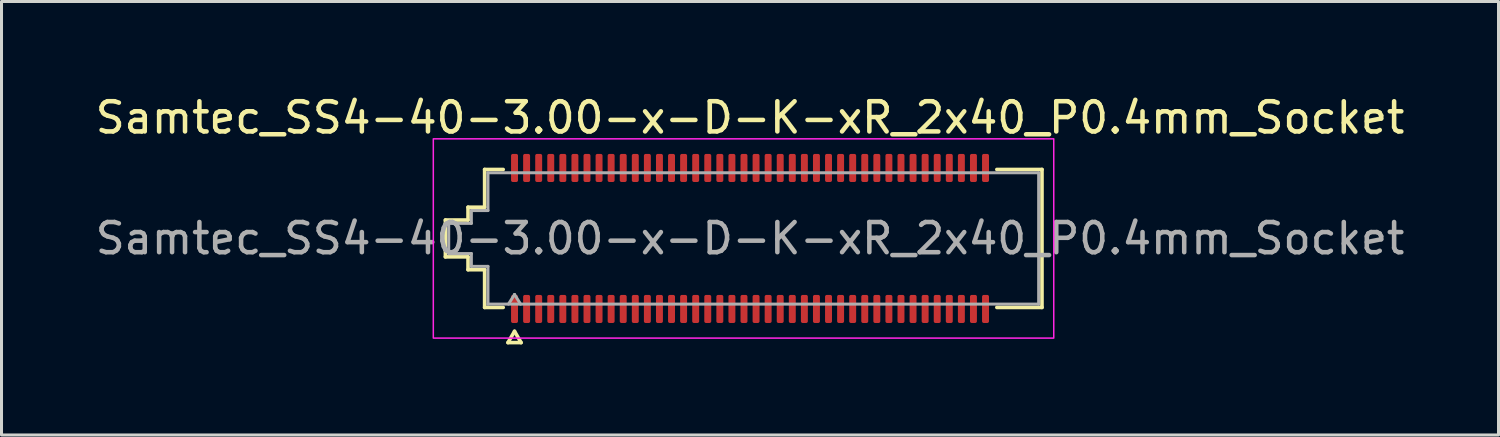
<source format=kicad_pcb>
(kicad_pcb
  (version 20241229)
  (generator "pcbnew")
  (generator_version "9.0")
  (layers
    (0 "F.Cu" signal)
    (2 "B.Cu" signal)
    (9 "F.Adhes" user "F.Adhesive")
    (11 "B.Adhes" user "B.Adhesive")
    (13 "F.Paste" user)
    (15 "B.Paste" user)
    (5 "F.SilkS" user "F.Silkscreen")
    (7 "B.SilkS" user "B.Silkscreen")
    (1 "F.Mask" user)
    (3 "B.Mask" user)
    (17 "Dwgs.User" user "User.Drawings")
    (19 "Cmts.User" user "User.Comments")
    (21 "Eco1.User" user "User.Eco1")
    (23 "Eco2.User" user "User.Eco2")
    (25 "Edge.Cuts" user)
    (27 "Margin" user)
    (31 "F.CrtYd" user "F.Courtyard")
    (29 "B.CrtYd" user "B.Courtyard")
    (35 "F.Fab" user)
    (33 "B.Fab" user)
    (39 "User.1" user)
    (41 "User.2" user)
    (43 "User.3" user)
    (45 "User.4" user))
  (footprint "Samtec_SS4-40-3.00-x-D-K-xR_2x40_P0.4mm_Socket"
    (layer "F.Cu")
    (at 21.792 4.848)
    (property "Reference" "Samtec_SS4-40-3.00-x-D-K-xR_2x40_P0.4mm_Socket" (at 0 -4 0) (layer "F.SilkS") (effects (font (size 1 1) (thickness 0.15))))
    (attr smd)
    (fp_line (start -10.09 -0.61) (end -9.34 -0.61) (stroke (width 0.12) (type solid)) (layer "F.SilkS"))
    (fp_line (start -10.09 0.61) (end -10.09 -0.61) (stroke (width 0.12) (type solid)) (layer "F.SilkS"))
    (fp_line (start -9.34 -1.035) (end -8.79 -1.035) (stroke (width 0.12) (type solid)) (layer "F.SilkS"))
    (fp_line (start -9.34 -0.61) (end -9.34 -1.035) (stroke (width 0.12) (type solid)) (layer "F.SilkS"))
    (fp_line (start -9.34 0.61) (end -10.09 0.61) (stroke (width 0.12) (type solid)) (layer "F.SilkS"))
    (fp_line (start -9.34 1.035) (end -9.34 0.61) (stroke (width 0.12) (type solid)) (layer "F.SilkS"))
    (fp_line (start -8.79 -2.285) (end -8.175 -2.285) (stroke (width 0.12) (type solid)) (layer "F.SilkS"))
    (fp_line (start -8.79 -1.035) (end -8.79 -2.285) (stroke (width 0.12) (type solid)) (layer "F.SilkS"))
    (fp_line (start -8.79 1.035) (end -9.34 1.035) (stroke (width 0.12) (type solid)) (layer "F.SilkS"))
    (fp_line (start -8.79 2.285) (end -8.79 1.035) (stroke (width 0.12) (type solid)) (layer "F.SilkS"))
    (fp_line (start -8.175 2.285) (end -8.79 2.285) (stroke (width 0.12) (type solid)) (layer "F.SilkS"))
    (fp_line (start -8.017 3.45) (end -7.8 3.075) (stroke (width 0.12) (type solid)) (layer "F.SilkS"))
    (fp_line (start -7.8 3.075) (end -7.583 3.45) (stroke (width 0.12) (type solid)) (layer "F.SilkS"))
    (fp_line (start -7.583 3.45) (end -8.017 3.45) (stroke (width 0.12) (type solid)) (layer "F.SilkS"))
    (fp_line (start 8.175 -2.285) (end 9.67 -2.285) (stroke (width 0.12) (type solid)) (layer "F.SilkS"))
    (fp_line (start 9.67 -2.285) (end 9.67 2.285) (stroke (width 0.12) (type solid)) (layer "F.SilkS"))
    (fp_line (start 9.67 2.285) (end 8.175 2.285) (stroke (width 0.12) (type solid)) (layer "F.SilkS"))
    (fp_rect (start -10.49 -3.3) (end 10.06 3.3) (stroke (width 0.05) (type solid)) (fill no) (layer "F.CrtYd"))
    (fp_line (start -9.98 -0.5) (end -9.23 -0.5) (stroke (width 0.1) (type solid)) (layer "F.Fab"))
    (fp_line (start -9.98 0.5) (end -9.98 -0.5) (stroke (width 0.1) (type solid)) (layer "F.Fab"))
    (fp_line (start -9.23 -0.925) (end -8.68 -0.925) (stroke (width 0.1) (type solid)) (layer "F.Fab"))
    (fp_line (start -9.23 -0.5) (end -9.23 -0.925) (stroke (width 0.1) (type solid)) (layer "F.Fab"))
    (fp_line (start -9.23 0.5) (end -9.98 0.5) (stroke (width 0.1) (type solid)) (layer "F.Fab"))
    (fp_line (start -9.23 0.925) (end -9.23 0.5) (stroke (width 0.1) (type solid)) (layer "F.Fab"))
    (fp_line (start -8.68 -2.175) (end 9.56 -2.175) (stroke (width 0.1) (type solid)) (layer "F.Fab"))
    (fp_line (start -8.68 -0.925) (end -8.68 -2.175) (stroke (width 0.1) (type solid)) (layer "F.Fab"))
    (fp_line (start -8.68 0.925) (end -9.23 0.925) (stroke (width 0.1) (type solid)) (layer "F.Fab"))
    (fp_line (start -8.68 2.175) (end -8.68 0.925) (stroke (width 0.1) (type solid)) (layer "F.Fab"))
    (fp_line (start -8 2.175) (end -7.8 1.855) (stroke (width 0.1) (type solid)) (layer "F.Fab"))
    (fp_line (start -7.8 1.855) (end -7.6 2.175) (stroke (width 0.1) (type solid)) (layer "F.Fab"))
    (fp_line (start 9.56 -2.175) (end 9.56 2.175) (stroke (width 0.1) (type solid)) (layer "F.Fab"))
    (fp_line (start 9.56 2.175) (end -8.68 2.175) (stroke (width 0.1) (type solid)) (layer "F.Fab"))
    (fp_text user "${REFERENCE}" (at 0 0 0) (layer "F.Fab") (effects (font (size 1 1) (thickness 0.15))))
    (pad "1" smd roundrect (at -7.8 2.335) (size 0.23 0.93) (layers "F.Cu" "F.Mask" "F.Paste") (roundrect_rratio 0.25))
    (pad "2" smd roundrect (at -7.8 -2.335) (size 0.23 0.93) (layers "F.Cu" "F.Mask" "F.Paste") (roundrect_rratio 0.25))
    (pad "3" smd roundrect (at -7.4 2.335) (size 0.23 0.93) (layers "F.Cu" "F.Mask" "F.Paste") (roundrect_rratio 0.25))
    (pad "4" smd roundrect (at -7.4 -2.335) (size 0.23 0.93) (layers "F.Cu" "F.Mask" "F.Paste") (roundrect_rratio 0.25))
    (pad "5" smd roundrect (at -7 2.335) (size 0.23 0.93) (layers "F.Cu" "F.Mask" "F.Paste") (roundrect_rratio 0.25))
    (pad "6" smd roundrect (at -7 -2.335) (size 0.23 0.93) (layers "F.Cu" "F.Mask" "F.Paste") (roundrect_rratio 0.25))
    (pad "7" smd roundrect (at -6.6 2.335) (size 0.23 0.93) (layers "F.Cu" "F.Mask" "F.Paste") (roundrect_rratio 0.25))
    (pad "8" smd roundrect (at -6.6 -2.335) (size 0.23 0.93) (layers "F.Cu" "F.Mask" "F.Paste") (roundrect_rratio 0.25))
    (pad "9" smd roundrect (at -6.2 2.335) (size 0.23 0.93) (layers "F.Cu" "F.Mask" "F.Paste") (roundrect_rratio 0.25))
    (pad "10" smd roundrect (at -6.2 -2.335) (size 0.23 0.93) (layers "F.Cu" "F.Mask" "F.Paste") (roundrect_rratio 0.25))
    (pad "11" smd roundrect (at -5.8 2.335) (size 0.23 0.93) (layers "F.Cu" "F.Mask" "F.Paste") (roundrect_rratio 0.25))
    (pad "12" smd roundrect (at -5.8 -2.335) (size 0.23 0.93) (layers "F.Cu" "F.Mask" "F.Paste") (roundrect_rratio 0.25))
    (pad "13" smd roundrect (at -5.4 2.335) (size 0.23 0.93) (layers "F.Cu" "F.Mask" "F.Paste") (roundrect_rratio 0.25))
    (pad "14" smd roundrect (at -5.4 -2.335) (size 0.23 0.93) (layers "F.Cu" "F.Mask" "F.Paste") (roundrect_rratio 0.25))
    (pad "15" smd roundrect (at -5 2.335) (size 0.23 0.93) (layers "F.Cu" "F.Mask" "F.Paste") (roundrect_rratio 0.25))
    (pad "16" smd roundrect (at -5 -2.335) (size 0.23 0.93) (layers "F.Cu" "F.Mask" "F.Paste") (roundrect_rratio 0.25))
    (pad "17" smd roundrect (at -4.6 2.335) (size 0.23 0.93) (layers "F.Cu" "F.Mask" "F.Paste") (roundrect_rratio 0.25))
    (pad "18" smd roundrect (at -4.6 -2.335) (size 0.23 0.93) (layers "F.Cu" "F.Mask" "F.Paste") (roundrect_rratio 0.25))
    (pad "19" smd roundrect (at -4.2 2.335) (size 0.23 0.93) (layers "F.Cu" "F.Mask" "F.Paste") (roundrect_rratio 0.25))
    (pad "20" smd roundrect (at -4.2 -2.335) (size 0.23 0.93) (layers "F.Cu" "F.Mask" "F.Paste") (roundrect_rratio 0.25))
    (pad "21" smd roundrect (at -3.8 2.335) (size 0.23 0.93) (layers "F.Cu" "F.Mask" "F.Paste") (roundrect_rratio 0.25))
    (pad "22" smd roundrect (at -3.8 -2.335) (size 0.23 0.93) (layers "F.Cu" "F.Mask" "F.Paste") (roundrect_rratio 0.25))
    (pad "23" smd roundrect (at -3.4 2.335) (size 0.23 0.93) (layers "F.Cu" "F.Mask" "F.Paste") (roundrect_rratio 0.25))
    (pad "24" smd roundrect (at -3.4 -2.335) (size 0.23 0.93) (layers "F.Cu" "F.Mask" "F.Paste") (roundrect_rratio 0.25))
    (pad "25" smd roundrect (at -3 2.335) (size 0.23 0.93) (layers "F.Cu" "F.Mask" "F.Paste") (roundrect_rratio 0.25))
    (pad "26" smd roundrect (at -3 -2.335) (size 0.23 0.93) (layers "F.Cu" "F.Mask" "F.Paste") (roundrect_rratio 0.25))
    (pad "27" smd roundrect (at -2.6 2.335) (size 0.23 0.93) (layers "F.Cu" "F.Mask" "F.Paste") (roundrect_rratio 0.25))
    (pad "28" smd roundrect (at -2.6 -2.335) (size 0.23 0.93) (layers "F.Cu" "F.Mask" "F.Paste") (roundrect_rratio 0.25))
    (pad "29" smd roundrect (at -2.2 2.335) (size 0.23 0.93) (layers "F.Cu" "F.Mask" "F.Paste") (roundrect_rratio 0.25))
    (pad "30" smd roundrect (at -2.2 -2.335) (size 0.23 0.93) (layers "F.Cu" "F.Mask" "F.Paste") (roundrect_rratio 0.25))
    (pad "31" smd roundrect (at -1.8 2.335) (size 0.23 0.93) (layers "F.Cu" "F.Mask" "F.Paste") (roundrect_rratio 0.25))
    (pad "32" smd roundrect (at -1.8 -2.335) (size 0.23 0.93) (layers "F.Cu" "F.Mask" "F.Paste") (roundrect_rratio 0.25))
    (pad "33" smd roundrect (at -1.4 2.335) (size 0.23 0.93) (layers "F.Cu" "F.Mask" "F.Paste") (roundrect_rratio 0.25))
    (pad "34" smd roundrect (at -1.4 -2.335) (size 0.23 0.93) (layers "F.Cu" "F.Mask" "F.Paste") (roundrect_rratio 0.25))
    (pad "35" smd roundrect (at -1 2.335) (size 0.23 0.93) (layers "F.Cu" "F.Mask" "F.Paste") (roundrect_rratio 0.25))
    (pad "36" smd roundrect (at -1 -2.335) (size 0.23 0.93) (layers "F.Cu" "F.Mask" "F.Paste") (roundrect_rratio 0.25))
    (pad "37" smd roundrect (at -0.6 2.335) (size 0.23 0.93) (layers "F.Cu" "F.Mask" "F.Paste") (roundrect_rratio 0.25))
    (pad "38" smd roundrect (at -0.6 -2.335) (size 0.23 0.93) (layers "F.Cu" "F.Mask" "F.Paste") (roundrect_rratio 0.25))
    (pad "39" smd roundrect (at -0.2 2.335) (size 0.23 0.93) (layers "F.Cu" "F.Mask" "F.Paste") (roundrect_rratio 0.25))
    (pad "40" smd roundrect (at -0.2 -2.335) (size 0.23 0.93) (layers "F.Cu" "F.Mask" "F.Paste") (roundrect_rratio 0.25))
    (pad "41" smd roundrect (at 0.2 2.335) (size 0.23 0.93) (layers "F.Cu" "F.Mask" "F.Paste") (roundrect_rratio 0.25))
    (pad "42" smd roundrect (at 0.2 -2.335) (size 0.23 0.93) (layers "F.Cu" "F.Mask" "F.Paste") (roundrect_rratio 0.25))
    (pad "43" smd roundrect (at 0.6 2.335) (size 0.23 0.93) (layers "F.Cu" "F.Mask" "F.Paste") (roundrect_rratio 0.25))
    (pad "44" smd roundrect (at 0.6 -2.335) (size 0.23 0.93) (layers "F.Cu" "F.Mask" "F.Paste") (roundrect_rratio 0.25))
    (pad "45" smd roundrect (at 1 2.335) (size 0.23 0.93) (layers "F.Cu" "F.Mask" "F.Paste") (roundrect_rratio 0.25))
    (pad "46" smd roundrect (at 1 -2.335) (size 0.23 0.93) (layers "F.Cu" "F.Mask" "F.Paste") (roundrect_rratio 0.25))
    (pad "47" smd roundrect (at 1.4 2.335) (size 0.23 0.93) (layers "F.Cu" "F.Mask" "F.Paste") (roundrect_rratio 0.25))
    (pad "48" smd roundrect (at 1.4 -2.335) (size 0.23 0.93) (layers "F.Cu" "F.Mask" "F.Paste") (roundrect_rratio 0.25))
    (pad "49" smd roundrect (at 1.8 2.335) (size 0.23 0.93) (layers "F.Cu" "F.Mask" "F.Paste") (roundrect_rratio 0.25))
    (pad "50" smd roundrect (at 1.8 -2.335) (size 0.23 0.93) (layers "F.Cu" "F.Mask" "F.Paste") (roundrect_rratio 0.25))
    (pad "51" smd roundrect (at 2.2 2.335) (size 0.23 0.93) (layers "F.Cu" "F.Mask" "F.Paste") (roundrect_rratio 0.25))
    (pad "52" smd roundrect (at 2.2 -2.335) (size 0.23 0.93) (layers "F.Cu" "F.Mask" "F.Paste") (roundrect_rratio 0.25))
    (pad "53" smd roundrect (at 2.6 2.335) (size 0.23 0.93) (layers "F.Cu" "F.Mask" "F.Paste") (roundrect_rratio 0.25))
    (pad "54" smd roundrect (at 2.6 -2.335) (size 0.23 0.93) (layers "F.Cu" "F.Mask" "F.Paste") (roundrect_rratio 0.25))
    (pad "55" smd roundrect (at 3 2.335) (size 0.23 0.93) (layers "F.Cu" "F.Mask" "F.Paste") (roundrect_rratio 0.25))
    (pad "56" smd roundrect (at 3 -2.335) (size 0.23 0.93) (layers "F.Cu" "F.Mask" "F.Paste") (roundrect_rratio 0.25))
    (pad "57" smd roundrect (at 3.4 2.335) (size 0.23 0.93) (layers "F.Cu" "F.Mask" "F.Paste") (roundrect_rratio 0.25))
    (pad "58" smd roundrect (at 3.4 -2.335) (size 0.23 0.93) (layers "F.Cu" "F.Mask" "F.Paste") (roundrect_rratio 0.25))
    (pad "59" smd roundrect (at 3.8 2.335) (size 0.23 0.93) (layers "F.Cu" "F.Mask" "F.Paste") (roundrect_rratio 0.25))
    (pad "60" smd roundrect (at 3.8 -2.335) (size 0.23 0.93) (layers "F.Cu" "F.Mask" "F.Paste") (roundrect_rratio 0.25))
    (pad "61" smd roundrect (at 4.2 2.335) (size 0.23 0.93) (layers "F.Cu" "F.Mask" "F.Paste") (roundrect_rratio 0.25))
    (pad "62" smd roundrect (at 4.2 -2.335) (size 0.23 0.93) (layers "F.Cu" "F.Mask" "F.Paste") (roundrect_rratio 0.25))
    (pad "63" smd roundrect (at 4.6 2.335) (size 0.23 0.93) (layers "F.Cu" "F.Mask" "F.Paste") (roundrect_rratio 0.25))
    (pad "64" smd roundrect (at 4.6 -2.335) (size 0.23 0.93) (layers "F.Cu" "F.Mask" "F.Paste") (roundrect_rratio 0.25))
    (pad "65" smd roundrect (at 5 2.335) (size 0.23 0.93) (layers "F.Cu" "F.Mask" "F.Paste") (roundrect_rratio 0.25))
    (pad "66" smd roundrect (at 5 -2.335) (size 0.23 0.93) (layers "F.Cu" "F.Mask" "F.Paste") (roundrect_rratio 0.25))
    (pad "67" smd roundrect (at 5.4 2.335) (size 0.23 0.93) (layers "F.Cu" "F.Mask" "F.Paste") (roundrect_rratio 0.25))
    (pad "68" smd roundrect (at 5.4 -2.335) (size 0.23 0.93) (layers "F.Cu" "F.Mask" "F.Paste") (roundrect_rratio 0.25))
    (pad "69" smd roundrect (at 5.8 2.335) (size 0.23 0.93) (layers "F.Cu" "F.Mask" "F.Paste") (roundrect_rratio 0.25))
    (pad "70" smd roundrect (at 5.8 -2.335) (size 0.23 0.93) (layers "F.Cu" "F.Mask" "F.Paste") (roundrect_rratio 0.25))
    (pad "71" smd roundrect (at 6.2 2.335) (size 0.23 0.93) (layers "F.Cu" "F.Mask" "F.Paste") (roundrect_rratio 0.25))
    (pad "72" smd roundrect (at 6.2 -2.335) (size 0.23 0.93) (layers "F.Cu" "F.Mask" "F.Paste") (roundrect_rratio 0.25))
    (pad "73" smd roundrect (at 6.6 2.335) (size 0.23 0.93) (layers "F.Cu" "F.Mask" "F.Paste") (roundrect_rratio 0.25))
    (pad "74" smd roundrect (at 6.6 -2.335) (size 0.23 0.93) (layers "F.Cu" "F.Mask" "F.Paste") (roundrect_rratio 0.25))
    (pad "75" smd roundrect (at 7 2.335) (size 0.23 0.93) (layers "F.Cu" "F.Mask" "F.Paste") (roundrect_rratio 0.25))
    (pad "76" smd roundrect (at 7 -2.335) (size 0.23 0.93) (layers "F.Cu" "F.Mask" "F.Paste") (roundrect_rratio 0.25))
    (pad "77" smd roundrect (at 7.4 2.335) (size 0.23 0.93) (layers "F.Cu" "F.Mask" "F.Paste") (roundrect_rratio 0.25))
    (pad "78" smd roundrect (at 7.4 -2.335) (size 0.23 0.93) (layers "F.Cu" "F.Mask" "F.Paste") (roundrect_rratio 0.25))
    (pad "79" smd roundrect (at 7.8 2.335) (size 0.23 0.93) (layers "F.Cu" "F.Mask" "F.Paste") (roundrect_rratio 0.25))
    (pad "80" smd roundrect (at 7.8 -2.335) (size 0.23 0.93) (layers "F.Cu" "F.Mask" "F.Paste") (roundrect_rratio 0.25))
    (zone (net_name "") (layer "F.Cu") (name "Via keepout") (hatch edge 0.5) (connect_pads) (min_thickness 0.25) (filled_areas_thickness no) (keepout (tracks not_allowed) (vias not_allowed) (pads allowed) (copperpour not_allowed) (footprints allowed)) (placement (enabled no)) (fill) (polygon (pts (xy 13.877 2.978) (xy 29.707 2.978) (xy 29.707 6.718) (xy 13.877 6.718)))))
  (gr_rect
    (start -3 -3)
    (end 46.583 11.358)
    (stroke (width 0.1) (type default))
    (fill no)
    (layer "Edge.Cuts")))
</source>
